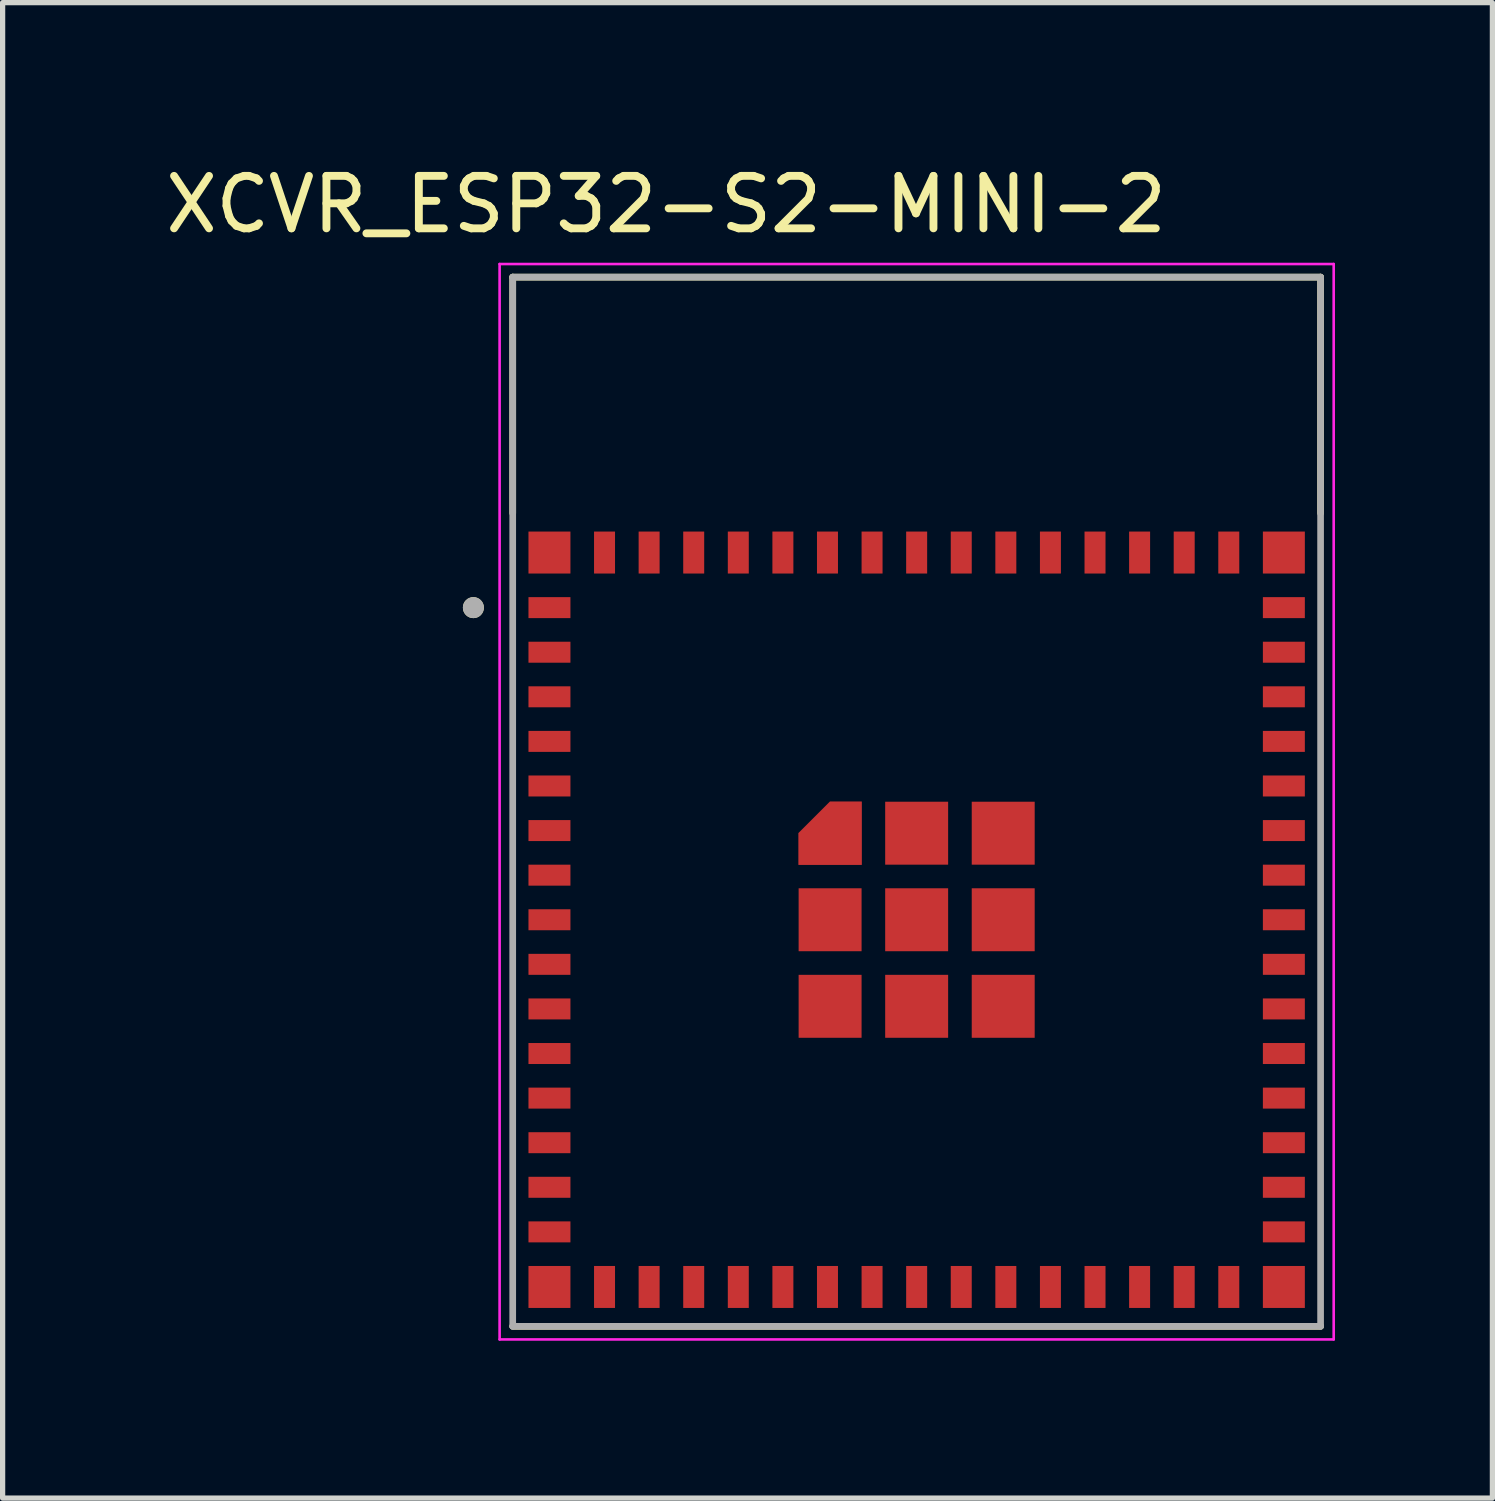
<source format=kicad_pcb>
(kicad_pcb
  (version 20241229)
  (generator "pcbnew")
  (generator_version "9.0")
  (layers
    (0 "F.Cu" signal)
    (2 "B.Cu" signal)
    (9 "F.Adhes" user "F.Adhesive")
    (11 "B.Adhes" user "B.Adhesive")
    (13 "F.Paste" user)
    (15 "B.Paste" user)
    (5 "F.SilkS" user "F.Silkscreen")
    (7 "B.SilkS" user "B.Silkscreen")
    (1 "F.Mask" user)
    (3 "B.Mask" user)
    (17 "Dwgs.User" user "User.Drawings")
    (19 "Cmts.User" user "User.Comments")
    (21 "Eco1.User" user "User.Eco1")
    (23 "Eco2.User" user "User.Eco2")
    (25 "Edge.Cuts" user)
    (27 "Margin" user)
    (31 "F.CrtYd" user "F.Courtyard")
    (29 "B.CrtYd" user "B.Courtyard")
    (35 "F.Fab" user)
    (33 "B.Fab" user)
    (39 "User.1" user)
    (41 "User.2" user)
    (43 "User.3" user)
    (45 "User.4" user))
  (footprint "XCVR_ESP32-S2-MINI-2"
    (layer "F.Cu")
    (at 14.424 14.483)
    (property "Reference" "XCVR_ESP32-S2-MINI-2" (at -4.775 -13.635 0) (layer "F.SilkS") (effects (font (size 1 1) (thickness 0.15))))
    (attr smd)
    (fp_poly (pts (xy -2.35 -0.95) (xy -0.95 -0.95) (xy -0.95 -2.35) (xy -1.7 -2.35) (xy -2.35 -1.7)) (stroke (width 0.01) (type solid)) (fill yes) (layer "F.Mask"))
    (fp_line (start -7.7 -12.25) (end 7.7 -12.25) (stroke (width 0.127) (type solid)) (layer "F.SilkS"))
    (fp_line (start -7.7 -7.75) (end -7.7 -12.25) (stroke (width 0.127) (type solid)) (layer "F.SilkS"))
    (fp_line (start 7.7 -12.25) (end 7.7 -7.75) (stroke (width 0.127) (type solid)) (layer "F.SilkS"))
    (fp_line (start 7.7 7.75) (end -7.7 7.75) (stroke (width 0.127) (type solid)) (layer "F.SilkS"))
    (fp_circle (center -8.45 -5.95) (end -8.35 -5.95) (stroke (width 0.2) (type solid)) (fill no) (layer "F.SilkS"))
    (fp_poly (pts (xy -2.25 -1.05) (xy -1.05 -1.05) (xy -1.05 -2.25) (xy -1.65 -2.25) (xy -2.25 -1.65)) (stroke (width 0.01) (type solid)) (fill yes) (layer "F.Paste"))
    (fp_line (start -7.95 -12.5) (end -7.95 8) (stroke (width 0.05) (type solid)) (layer "F.CrtYd"))
    (fp_line (start -7.95 8) (end 7.95 8) (stroke (width 0.05) (type solid)) (layer "F.CrtYd"))
    (fp_line (start 7.95 -12.5) (end -7.95 -12.5) (stroke (width 0.05) (type solid)) (layer "F.CrtYd"))
    (fp_line (start 7.95 8) (end 7.95 -12.5) (stroke (width 0.05) (type solid)) (layer "F.CrtYd"))
    (fp_line (start -7.7 -12.25) (end 7.7 -12.25) (stroke (width 0.127) (type solid)) (layer "F.Fab"))
    (fp_line (start -7.7 7.75) (end -7.7 -12.25) (stroke (width 0.127) (type solid)) (layer "F.Fab"))
    (fp_line (start 7.7 -12.25) (end 7.7 7.75) (stroke (width 0.127) (type solid)) (layer "F.Fab"))
    (fp_line (start 7.7 7.75) (end -7.7 7.75) (stroke (width 0.127) (type solid)) (layer "F.Fab"))
    (fp_circle (center -8.45 -5.95) (end -8.35 -5.95) (stroke (width 0.2) (type solid)) (fill no) (layer "F.Fab"))
    (pad "1" smd rect (at -7 -5.95) (size 0.8 0.4) (layers "F.Cu" "F.Mask" "F.Paste"))
    (pad "2" smd rect (at -7 -5.1) (size 0.8 0.4) (layers "F.Cu" "F.Mask" "F.Paste"))
    (pad "3" smd rect (at -7 -4.25) (size 0.8 0.4) (layers "F.Cu" "F.Mask" "F.Paste"))
    (pad "4" smd rect (at -7 -3.4) (size 0.8 0.4) (layers "F.Cu" "F.Mask" "F.Paste"))
    (pad "5" smd rect (at -7 -2.55) (size 0.8 0.4) (layers "F.Cu" "F.Mask" "F.Paste"))
    (pad "6" smd rect (at -7 -1.7) (size 0.8 0.4) (layers "F.Cu" "F.Mask" "F.Paste"))
    (pad "7" smd rect (at -7 -0.85) (size 0.8 0.4) (layers "F.Cu" "F.Mask" "F.Paste"))
    (pad "8" smd rect (at -7 0) (size 0.8 0.4) (layers "F.Cu" "F.Mask" "F.Paste"))
    (pad "9" smd rect (at -7 0.85) (size 0.8 0.4) (layers "F.Cu" "F.Mask" "F.Paste"))
    (pad "10" smd rect (at -7 1.7) (size 0.8 0.4) (layers "F.Cu" "F.Mask" "F.Paste"))
    (pad "11" smd rect (at -7 2.55) (size 0.8 0.4) (layers "F.Cu" "F.Mask" "F.Paste"))
    (pad "12" smd rect (at -7 3.4) (size 0.8 0.4) (layers "F.Cu" "F.Mask" "F.Paste"))
    (pad "13" smd rect (at -7 4.25) (size 0.8 0.4) (layers "F.Cu" "F.Mask" "F.Paste"))
    (pad "14" smd rect (at -7 5.1) (size 0.8 0.4) (layers "F.Cu" "F.Mask" "F.Paste"))
    (pad "15" smd rect (at -7 5.95) (size 0.8 0.4) (layers "F.Cu" "F.Mask" "F.Paste"))
    (pad "16" smd rect (at -5.95 7) (size 0.4 0.8) (layers "F.Cu" "F.Mask" "F.Paste"))
    (pad "17" smd rect (at -5.1 7) (size 0.4 0.8) (layers "F.Cu" "F.Mask" "F.Paste"))
    (pad "18" smd rect (at -4.25 7) (size 0.4 0.8) (layers "F.Cu" "F.Mask" "F.Paste"))
    (pad "19" smd rect (at -3.4 7) (size 0.4 0.8) (layers "F.Cu" "F.Mask" "F.Paste"))
    (pad "20" smd rect (at -2.55 7) (size 0.4 0.8) (layers "F.Cu" "F.Mask" "F.Paste"))
    (pad "21" smd rect (at -1.7 7) (size 0.4 0.8) (layers "F.Cu" "F.Mask" "F.Paste"))
    (pad "22" smd rect (at -0.85 7) (size 0.4 0.8) (layers "F.Cu" "F.Mask" "F.Paste"))
    (pad "23" smd rect (at 0 7) (size 0.4 0.8) (layers "F.Cu" "F.Mask" "F.Paste"))
    (pad "24" smd rect (at 0.85 7) (size 0.4 0.8) (layers "F.Cu" "F.Mask" "F.Paste"))
    (pad "25" smd rect (at 1.7 7) (size 0.4 0.8) (layers "F.Cu" "F.Mask" "F.Paste"))
    (pad "26" smd rect (at 2.55 7) (size 0.4 0.8) (layers "F.Cu" "F.Mask" "F.Paste"))
    (pad "27" smd rect (at 3.4 7) (size 0.4 0.8) (layers "F.Cu" "F.Mask" "F.Paste"))
    (pad "28" smd rect (at 4.25 7) (size 0.4 0.8) (layers "F.Cu" "F.Mask" "F.Paste"))
    (pad "29" smd rect (at 5.1 7) (size 0.4 0.8) (layers "F.Cu" "F.Mask" "F.Paste"))
    (pad "30" smd rect (at 5.95 7) (size 0.4 0.8) (layers "F.Cu" "F.Mask" "F.Paste"))
    (pad "31" smd rect (at 7 5.95) (size 0.8 0.4) (layers "F.Cu" "F.Mask" "F.Paste"))
    (pad "32" smd rect (at 7 5.1) (size 0.8 0.4) (layers "F.Cu" "F.Mask" "F.Paste"))
    (pad "33" smd rect (at 7 4.25) (size 0.8 0.4) (layers "F.Cu" "F.Mask" "F.Paste"))
    (pad "34" smd rect (at 7 3.4) (size 0.8 0.4) (layers "F.Cu" "F.Mask" "F.Paste"))
    (pad "35" smd rect (at 7 2.55) (size 0.8 0.4) (layers "F.Cu" "F.Mask" "F.Paste"))
    (pad "36" smd rect (at 7 1.7) (size 0.8 0.4) (layers "F.Cu" "F.Mask" "F.Paste"))
    (pad "37" smd rect (at 7 0.85) (size 0.8 0.4) (layers "F.Cu" "F.Mask" "F.Paste"))
    (pad "38" smd rect (at 7 0) (size 0.8 0.4) (layers "F.Cu" "F.Mask" "F.Paste"))
    (pad "39" smd rect (at 7 -0.85) (size 0.8 0.4) (layers "F.Cu" "F.Mask" "F.Paste"))
    (pad "40" smd rect (at 7 -1.7) (size 0.8 0.4) (layers "F.Cu" "F.Mask" "F.Paste"))
    (pad "41" smd rect (at 7 -2.55) (size 0.8 0.4) (layers "F.Cu" "F.Mask" "F.Paste"))
    (pad "42" smd rect (at 7 -3.4) (size 0.8 0.4) (layers "F.Cu" "F.Mask" "F.Paste"))
    (pad "43" smd rect (at 7 -4.25) (size 0.8 0.4) (layers "F.Cu" "F.Mask" "F.Paste"))
    (pad "44" smd rect (at 7 -5.1) (size 0.8 0.4) (layers "F.Cu" "F.Mask" "F.Paste"))
    (pad "45" smd rect (at 7 -5.95) (size 0.8 0.4) (layers "F.Cu" "F.Mask" "F.Paste"))
    (pad "46" smd rect (at 5.95 -7) (size 0.4 0.8) (layers "F.Cu" "F.Mask" "F.Paste"))
    (pad "47" smd rect (at 5.1 -7) (size 0.4 0.8) (layers "F.Cu" "F.Mask" "F.Paste"))
    (pad "48" smd rect (at 4.25 -7) (size 0.4 0.8) (layers "F.Cu" "F.Mask" "F.Paste"))
    (pad "49" smd rect (at 3.4 -7) (size 0.4 0.8) (layers "F.Cu" "F.Mask" "F.Paste"))
    (pad "50" smd rect (at 2.55 -7) (size 0.4 0.8) (layers "F.Cu" "F.Mask" "F.Paste"))
    (pad "51" smd rect (at 1.7 -7) (size 0.4 0.8) (layers "F.Cu" "F.Mask" "F.Paste"))
    (pad "52" smd rect (at 0.85 -7) (size 0.4 0.8) (layers "F.Cu" "F.Mask" "F.Paste"))
    (pad "53" smd rect (at 0 -7) (size 0.4 0.8) (layers "F.Cu" "F.Mask" "F.Paste"))
    (pad "54" smd rect (at -0.85 -7) (size 0.4 0.8) (layers "F.Cu" "F.Mask" "F.Paste"))
    (pad "55" smd rect (at -1.7 -7) (size 0.4 0.8) (layers "F.Cu" "F.Mask" "F.Paste"))
    (pad "56" smd rect (at -2.55 -7) (size 0.4 0.8) (layers "F.Cu" "F.Mask" "F.Paste"))
    (pad "57" smd rect (at -3.4 -7) (size 0.4 0.8) (layers "F.Cu" "F.Mask" "F.Paste"))
    (pad "58" smd rect (at -4.25 -7) (size 0.4 0.8) (layers "F.Cu" "F.Mask" "F.Paste"))
    (pad "59" smd rect (at -5.1 -7) (size 0.4 0.8) (layers "F.Cu" "F.Mask" "F.Paste"))
    (pad "60" smd rect (at -5.95 -7) (size 0.4 0.8) (layers "F.Cu" "F.Mask" "F.Paste"))
    (pad "61" smd rect (at 0 0) (size 1.2 1.2) (layers "F.Cu" "F.Mask" "F.Paste"))
    (pad "61_1" smd rect (at -1.65 0) (size 1.2 1.2) (layers "F.Cu" "F.Mask" "F.Paste"))
    (pad "61_2" smd rect (at -1.65 1.65) (size 1.2 1.2) (layers "F.Cu" "F.Mask" "F.Paste"))
    (pad "61_3" smd rect (at 0 1.65) (size 1.2 1.2) (layers "F.Cu" "F.Mask" "F.Paste"))
    (pad "61_4" smd rect (at 1.65 1.65) (size 1.2 1.2) (layers "F.Cu" "F.Mask" "F.Paste"))
    (pad "61_5" smd rect (at 1.65 0) (size 1.2 1.2) (layers "F.Cu" "F.Mask" "F.Paste"))
    (pad "61_6" smd rect (at 1.65 -1.65) (size 1.2 1.2) (layers "F.Cu" "F.Mask" "F.Paste"))
    (pad "61_7" smd rect (at 0 -1.65) (size 1.2 1.2) (layers "F.Cu" "F.Mask" "F.Paste"))
    (pad "61_8" smd custom (at -1.65 -1.65) (size 0.6 0.6) (layers "F.Cu") (options (anchor rect)) (primitives (gr_poly (pts (xy -0.6 0.6) (xy 0.6 0.6) (xy 0.6 -0.6) (xy 0 -0.6) (xy -0.6 0)) (width 0.01) (fill yes))))
    (pad "62" smd rect (at -7 -7) (size 0.8 0.8) (layers "F.Cu" "F.Mask" "F.Paste"))
    (pad "63" smd rect (at -7 7) (size 0.8 0.8) (layers "F.Cu" "F.Mask" "F.Paste"))
    (pad "64" smd rect (at 7 7) (size 0.8 0.8) (layers "F.Cu" "F.Mask" "F.Paste"))
    (pad "65" smd rect (at 7 -7) (size 0.8 0.8) (layers "F.Cu" "F.Mask" "F.Paste"))
    (zone (net_name "") (layer "F.Cu") (hatch full 0.508) (connect_pads) (min_thickness 0.01) (filled_areas_thickness no) (keepout (tracks not_allowed) (vias not_allowed) (pads not_allowed) (copperpour not_allowed) (footprints allowed)) (placement (enabled no)) (fill) (polygon (pts (xy 6.724 2.233) (xy 22.124 2.233) (xy 22.124 6.733) (xy 6.724 6.733))))
    (zone (net_name "") (layers "F.Cu" "B.Cu") (hatch full 0.508) (connect_pads) (min_thickness 0.01) (filled_areas_thickness no) (keepout (tracks allowed) (vias not_allowed) (pads allowed) (copperpour allowed) (footprints allowed)) (placement (enabled no)) (fill) (polygon (pts (xy 6.724 2.233) (xy 22.124 2.233) (xy 22.124 6.733) (xy 6.724 6.733))))
    (zone (net_name "") (layer "B.Cu") (hatch full 0.508) (connect_pads) (min_thickness 0.01) (filled_areas_thickness no) (keepout (tracks not_allowed) (vias not_allowed) (pads not_allowed) (copperpour not_allowed) (footprints allowed)) (placement (enabled no)) (fill) (polygon (pts (xy 6.724 2.233) (xy 22.124 2.233) (xy 22.124 6.733) (xy 6.724 6.733)))))
  (gr_rect
    (start -3 -3)
    (end 25.399 25.508)
    (stroke (width 0.1) (type default))
    (fill no)
    (layer "Edge.Cuts")))
</source>
